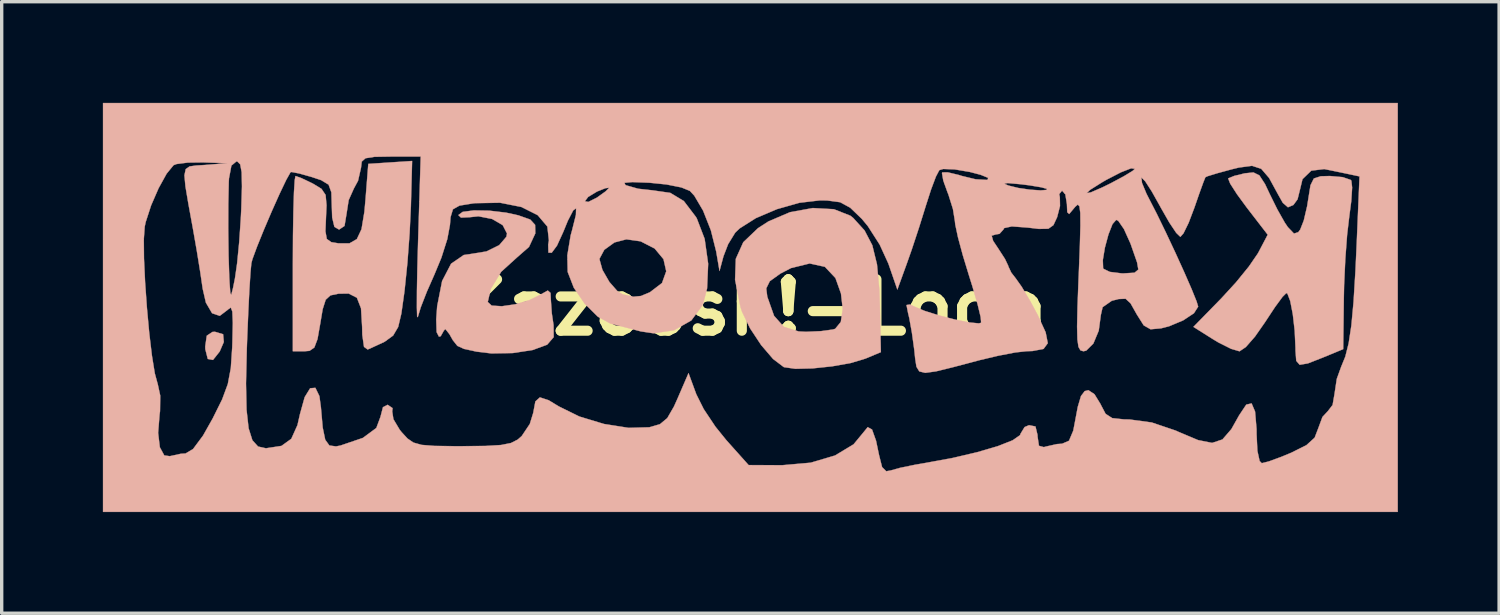
<source format=kicad_pcb>
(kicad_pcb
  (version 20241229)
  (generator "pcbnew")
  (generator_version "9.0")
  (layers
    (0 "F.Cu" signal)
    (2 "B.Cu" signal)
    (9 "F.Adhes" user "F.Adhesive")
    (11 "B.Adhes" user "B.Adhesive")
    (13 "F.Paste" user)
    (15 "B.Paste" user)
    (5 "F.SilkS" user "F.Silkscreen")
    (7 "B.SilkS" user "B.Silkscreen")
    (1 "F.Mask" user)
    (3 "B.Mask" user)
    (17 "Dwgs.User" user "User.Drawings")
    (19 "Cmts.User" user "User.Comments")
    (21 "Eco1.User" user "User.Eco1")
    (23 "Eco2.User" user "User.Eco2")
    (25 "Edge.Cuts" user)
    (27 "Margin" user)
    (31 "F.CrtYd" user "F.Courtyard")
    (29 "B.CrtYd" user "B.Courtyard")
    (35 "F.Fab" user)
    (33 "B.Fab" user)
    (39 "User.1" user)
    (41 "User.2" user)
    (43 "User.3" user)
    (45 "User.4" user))
  (footprint "Kazoosh!-Logo"
    (layer "F.Cu")
    (at 19.199 6.066)
    (property "Reference" "Kazoosh!-Logo" (at 0 0 0) (layer "F.SilkS") (effects (font (size 1.524 1.524) (thickness 0.3))))
    (attr through_hole)
    (fp_poly (pts (xy -15.634 0.794) (xy -15.613 1.024) (xy -15.736 1.308) (xy -15.934 1.556) (xy -16.088 1.527) (xy -16.162 1.236) (xy -16.164 1.155) (xy -16.118 0.838) (xy -15.95 0.726) (xy -15.875 0.722) (xy -15.634 0.794)) (stroke (width 0.01) (type solid)) (fill yes) (layer "B.SilkS"))
    (fp_poly (pts (xy 2.475 -2.913) (xy 2.965 -2.72) (xy 3.048 -2.654) (xy 3.386 -2.282) (xy 3.615 -1.844) (xy 3.754 -1.276) (xy 3.824 -0.515) (xy 3.838 -0.095) (xy 3.869 1.325) (xy 3.408 1.518) (xy 2.977 1.647) (xy 2.422 1.746) (xy 1.841 1.807) (xy 1.333 1.819) (xy 1 1.771) (xy 0.986 1.765) (xy 0.673 1.528) (xy 0.319 1.115) (xy -0.009 0.619) (xy -0.245 0.132) (xy -0.293 -0.014) (xy -0.403 -0.565) (xy 0.47 -0.565) (xy 0.501 -0.318) (xy 0.702 0.249) (xy 0.995 0.577) (xy 1.431 0.711) (xy 1.651 0.722) (xy 2.097 0.702) (xy 2.444 0.654) (xy 2.514 0.634) (xy 2.681 0.43) (xy 2.739 0.051) (xy 2.686 -0.414) (xy 2.522 -0.873) (xy 2.522 -0.873) (xy 2.209 -1.205) (xy 1.758 -1.304) (xy 1.205 -1.168) (xy 0.888 -1.003) (xy 0.575 -0.778) (xy 0.47 -0.565) (xy -0.403 -0.565) (xy -0.454 -0.819) (xy -0.432 -1.441) (xy -0.211 -1.934) (xy 0.227 -2.352) (xy 0.537 -2.552) (xy 1.177 -2.825) (xy 1.851 -2.947) (xy 2.475 -2.913)) (stroke (width 0.01) (type solid)) (fill yes) (layer "B.SilkS"))
    (fp_poly (pts (xy -10.066 -3.001) (xy -10.104 -2.203) (xy -10.169 -1.324) (xy -10.25 -0.535) (xy -10.263 -0.429) (xy -10.349 0.182) (xy -10.443 0.578) (xy -10.592 0.833) (xy -10.844 1.016) (xy -11.244 1.202) (xy -11.348 1.247) (xy -11.456 1.168) (xy -11.507 0.811) (xy -11.512 0.574) (xy -11.545 0.025) (xy -11.667 -0.288) (xy -11.911 -0.412) (xy -12.213 -0.408) (xy -12.451 -0.358) (xy -12.592 -0.229) (xy -12.682 0.053) (xy -12.752 0.469) (xy -12.835 0.939) (xy -12.929 1.188) (xy -13.071 1.286) (xy -13.221 1.299) (xy -13.566 1.299) (xy -13.566 -1.299) (xy -13.562 -2.129) (xy -13.55 -2.849) (xy -13.533 -3.414) (xy -13.51 -3.778) (xy -13.487 -3.897) (xy -13.317 -3.837) (xy -13.008 -3.69) (xy -12.972 -3.672) (xy -12.717 -3.517) (xy -12.595 -3.336) (xy -12.567 -3.03) (xy -12.582 -2.697) (xy -12.6 -2.259) (xy -12.56 -2.031) (xy -12.426 -1.936) (xy -12.213 -1.901) (xy -11.886 -1.902) (xy -11.668 -2.027) (xy -11.53 -2.321) (xy -11.445 -2.833) (xy -11.411 -3.209) (xy -11.329 -4.257) (xy -10.68 -4.3) (xy -10.03 -4.343) (xy -10.066 -3.001)) (stroke (width 0.01) (type solid)) (fill yes) (layer "B.SilkS"))
    (fp_poly (pts (xy -7.743 -2.87) (xy -7.244 -2.811) (xy -6.882 -2.732) (xy -6.526 -2.606) (xy -6.383 -2.449) (xy -6.377 -2.196) (xy -6.564 -1.795) (xy -6.927 -1.477) (xy -7.389 -1.058) (xy -7.696 -0.552) (xy -7.787 -0.162) (xy -7.671 -0.055) (xy -7.369 -0.036) (xy -6.968 -0.094) (xy -6.553 -0.217) (xy -6.242 -0.371) (xy -6.007 -0.502) (xy -5.926 -0.431) (xy -5.917 -0.238) (xy -5.888 0.174) (xy -5.836 0.523) (xy -5.832 0.88) (xy -6.023 1.101) (xy -6.031 1.106) (xy -6.457 1.262) (xy -7.046 1.352) (xy -7.678 1.363) (xy -8.119 1.31) (xy -8.49 1.229) (xy -8.687 1.14) (xy -8.821 0.972) (xy -8.922 0.794) (xy -9.044 0.639) (xy -9.088 0.686) (xy -9.182 0.853) (xy -9.234 0.866) (xy -9.303 0.731) (xy -9.315 0.354) (xy -9.287 -0.036) (xy -9.14 -0.785) (xy -8.874 -1.297) (xy -8.497 -1.556) (xy -8.28 -1.587) (xy -7.826 -1.661) (xy -7.447 -1.847) (xy -7.235 -2.095) (xy -7.216 -2.192) (xy -7.343 -2.44) (xy -7.659 -2.624) (xy -8.063 -2.703) (xy -8.329 -2.675) (xy -8.581 -2.664) (xy -8.659 -2.739) (xy -8.53 -2.834) (xy -8.198 -2.878) (xy -7.743 -2.87)) (stroke (width 0.01) (type solid)) (fill yes) (layer "B.SilkS"))
    (fp_poly (pts (xy 15.092 -3.916) (xy 15.259 -3.659) (xy 15.398 -3.365) (xy 15.625 -2.905) (xy 15.845 -2.516) (xy 15.936 -2.381) (xy 16.118 -2.191) (xy 16.245 -2.232) (xy 16.303 -2.309) (xy 16.408 -2.577) (xy 16.508 -3.003) (xy 16.541 -3.211) (xy 16.607 -3.623) (xy 16.707 -3.824) (xy 16.911 -3.89) (xy 17.184 -3.897) (xy 17.561 -3.864) (xy 17.797 -3.783) (xy 17.819 -3.76) (xy 17.842 -3.555) (xy 17.817 -3.157) (xy 17.759 -2.713) (xy 17.694 -2.161) (xy 17.64 -1.439) (xy 17.604 -0.663) (xy 17.596 -0.284) (xy 17.577 1.236) (xy 16.977 1.484) (xy 16.53 1.659) (xy 16.287 1.7) (xy 16.185 1.583) (xy 16.163 1.287) (xy 16.162 1.191) (xy 16.139 0.69) (xy 16.083 0.203) (xy 16.007 -0.19) (xy 15.924 -0.408) (xy 15.892 -0.428) (xy 15.777 -0.313) (xy 15.557 -0.014) (xy 15.28 0.406) (xy 15.259 0.438) (xy 14.961 0.865) (xy 14.69 1.174) (xy 14.505 1.299) (xy 14.499 1.299) (xy 14.252 1.226) (xy 13.882 1.041) (xy 13.709 0.937) (xy 13.136 0.576) (xy 13.964 -0.271) (xy 14.398 -0.744) (xy 14.782 -1.216) (xy 15.042 -1.595) (xy 15.066 -1.637) (xy 15.339 -2.157) (xy 14.721 -2.958) (xy 14.425 -3.362) (xy 14.227 -3.671) (xy 14.167 -3.823) (xy 14.169 -3.827) (xy 14.345 -3.9) (xy 14.659 -3.977) (xy 14.916 -4.003) (xy 15.092 -3.916)) (stroke (width 0.01) (type solid)) (fill yes) (layer "B.SilkS"))
    (fp_poly (pts (xy 19.194 6.061) (xy -19.194 6.061) (xy -19.194 -2.025) (xy -17.985 -2.025) (xy -17.98 -1.453) (xy -17.947 -0.752) (xy -17.893 0.009) (xy -17.824 0.759) (xy -17.744 1.431) (xy -17.659 1.955) (xy -17.576 2.261) (xy -17.574 2.264) (xy -17.498 2.615) (xy -17.504 3.075) (xy -17.517 3.169) (xy -17.561 3.72) (xy -17.51 4.145) (xy -17.379 4.387) (xy -17.216 4.41) (xy -16.885 4.338) (xy -16.747 4.33) (xy -16.525 4.198) (xy -16.23 3.801) (xy -15.944 3.294) (xy -15.663 2.728) (xy -15.494 2.271) (xy -15.491 2.254) (xy -14.955 2.254) (xy -14.939 3.032) (xy -14.878 3.582) (xy -14.766 3.937) (xy -14.597 4.124) (xy -14.366 4.175) (xy -14.361 4.175) (xy -13.903 4.105) (xy -13.612 3.895) (xy -13.429 3.488) (xy -13.355 3.162) (xy -13.215 2.659) (xy -13.053 2.396) (xy -12.898 2.383) (xy -12.779 2.628) (xy -12.734 2.959) (xy -12.681 3.561) (xy -12.606 3.923) (xy -12.483 4.093) (xy -12.288 4.12) (xy -12.156 4.095) (xy -11.489 3.868) (xy -11.091 3.574) (xy -10.968 3.243) (xy -10.894 2.958) (xy -10.756 2.886) (xy -10.609 2.985) (xy -10.62 3.085) (xy -10.584 3.314) (xy -10.396 3.629) (xy -10.34 3.698) (xy -10.166 3.887) (xy -9.99 4.007) (xy -9.748 4.075) (xy -9.372 4.105) (xy -8.797 4.113) (xy -8.531 4.113) (xy -7.851 4.106) (xy -7.396 4.079) (xy -7.1 4.02) (xy -6.899 3.918) (xy -6.78 3.813) (xy -6.54 3.455) (xy -6.439 3.127) (xy -6.375 2.787) (xy -6.241 2.666) (xy -5.981 2.751) (xy -5.678 2.935) (xy -5.07 3.234) (xy -4.341 3.455) (xy -3.611 3.57) (xy -3 3.553) (xy -2.992 3.552) (xy -2.681 3.461) (xy -2.464 3.281) (xy -2.266 2.938) (xy -2.16 2.702) (xy -1.834 1.948) (xy -1.605 2.571) (xy -1.383 3.015) (xy -1.037 3.534) (xy -0.714 3.934) (xy -0.052 4.674) (xy 0.948 4.677) (xy 1.788 4.603) (xy 2.511 4.389) (xy 3.06 4.058) (xy 3.332 3.729) (xy 3.479 3.549) (xy 3.607 3.619) (xy 3.726 3.952) (xy 3.815 4.378) (xy 3.905 4.734) (xy 4.028 4.857) (xy 4.158 4.834) (xy 4.433 4.757) (xy 4.877 4.665) (xy 5.195 4.61) (xy 6 4.462) (xy 6.732 4.29) (xy 7.341 4.111) (xy 7.778 3.938) (xy 7.995 3.787) (xy 8.01 3.745) (xy 8.13 3.547) (xy 8.262 3.491) (xy 8.453 3.529) (xy 8.514 3.782) (xy 8.515 3.829) (xy 8.556 4.102) (xy 8.703 4.142) (xy 8.743 4.129) (xy 9.09 4.051) (xy 9.242 4.041) (xy 9.447 3.953) (xy 9.573 3.654) (xy 9.603 3.5) (xy 9.707 2.948) (xy 9.802 2.627) (xy 9.912 2.481) (xy 10.022 2.453) (xy 10.203 2.574) (xy 10.382 2.865) (xy 10.391 2.886) (xy 10.532 3.154) (xy 10.728 3.281) (xy 11.08 3.319) (xy 11.238 3.321) (xy 11.901 3.411) (xy 12.614 3.652) (xy 12.678 3.682) (xy 13.274 3.933) (xy 13.691 4.016) (xy 13.997 3.914) (xy 14.262 3.607) (xy 14.491 3.199) (xy 14.703 2.881) (xy 14.861 2.845) (xy 14.964 3.087) (xy 15.008 3.605) (xy 15.009 3.761) (xy 15.033 4.252) (xy 15.099 4.553) (xy 15.163 4.618) (xy 15.373 4.565) (xy 15.749 4.427) (xy 16.036 4.308) (xy 16.487 4.083) (xy 16.731 3.861) (xy 16.841 3.574) (xy 16.962 3.247) (xy 17.122 3.075) (xy 17.263 2.891) (xy 17.318 2.575) (xy 17.387 2.118) (xy 17.516 1.761) (xy 17.64 1.457) (xy 17.739 1.062) (xy 17.819 0.536) (xy 17.884 -0.166) (xy 17.94 -1.083) (xy 17.978 -1.907) (xy 18.061 -3.886) (xy 17.654 -3.972) (xy 17.269 -4.052) (xy 17.014 -4.103) (xy 16.631 -4.056) (xy 16.37 -3.804) (xy 16.308 -3.546) (xy 16.224 -3.207) (xy 16.1 -3.038) (xy 15.939 -2.97) (xy 15.787 -3.102) (xy 15.65 -3.345) (xy 15.38 -3.84) (xy 15.147 -4.111) (xy 14.874 -4.2) (xy 14.484 -4.148) (xy 14.263 -4.094) (xy 13.844 -3.98) (xy 13.561 -3.893) (xy 13.492 -3.863) (xy 13.433 -3.717) (xy 13.309 -3.375) (xy 13.165 -2.959) (xy 12.995 -2.511) (xy 12.842 -2.198) (xy 12.749 -2.093) (xy 12.627 -2.211) (xy 12.419 -2.522) (xy 12.168 -2.962) (xy 12.145 -3.005) (xy 11.901 -3.44) (xy 11.706 -3.742) (xy 11.598 -3.85) (xy 11.593 -3.848) (xy 11.612 -3.69) (xy 11.742 -3.377) (xy 11.82 -3.224) (xy 12.049 -2.779) (xy 12.318 -2.226) (xy 12.6 -1.626) (xy 12.865 -1.043) (xy 13.085 -0.539) (xy 13.231 -0.177) (xy 13.277 -0.025) (xy 13.152 0.171) (xy 12.834 0.382) (xy 12.414 0.558) (xy 12.178 0.619) (xy 11.866 0.647) (xy 11.663 0.532) (xy 11.461 0.212) (xy 11.459 0.209) (xy 11.272 -0.123) (xy 11.125 -0.258) (xy 10.92 -0.25) (xy 10.716 -0.198) (xy 10.444 -0.009) (xy 10.391 0.224) (xy 10.329 0.687) (xy 10.17 1.069) (xy 9.957 1.281) (xy 9.875 1.299) (xy 9.787 1.273) (xy 9.728 1.17) (xy 9.696 0.948) (xy 9.687 0.566) (xy 9.699 -0.018) (xy 9.73 -0.842) (xy 9.736 -0.974) (xy 9.753 -1.406) (xy 10.45 -1.406) (xy 10.459 -1.165) (xy 10.468 -1.147) (xy 10.656 -1.055) (xy 11.005 -1.011) (xy 11.059 -1.01) (xy 11.391 -1.03) (xy 11.503 -1.124) (xy 11.466 -1.335) (xy 11.271 -1.894) (xy 11.076 -2.325) (xy 10.909 -2.567) (xy 10.848 -2.598) (xy 10.737 -2.472) (xy 10.616 -2.163) (xy 10.511 -1.773) (xy 10.45 -1.406) (xy 9.753 -1.406) (xy 9.769 -1.825) (xy 9.785 -2.423) (xy 9.782 -2.804) (xy 9.756 -3.001) (xy 9.707 -3.05) (xy 9.632 -2.986) (xy 9.61 -2.959) (xy 9.452 -2.771) (xy 9.395 -2.825) (xy 9.385 -3.067) (xy 9.338 -3.355) (xy 9.308 -3.389) (xy 9.97 -3.389) (xy 10.097 -3.413) (xy 10.44 -3.562) (xy 10.68 -3.68) (xy 11.073 -3.89) (xy 11.335 -4.05) (xy 11.401 -4.111) (xy 11.288 -4.125) (xy 10.988 -4.008) (xy 10.556 -3.785) (xy 10.427 -3.71) (xy 10.075 -3.489) (xy 9.97 -3.389) (xy 9.308 -3.389) (xy 9.241 -3.464) (xy 9.157 -3.36) (xy 9.175 -3.272) (xy 9.18 -3.007) (xy 9.095 -2.677) (xy 8.985 -2.44) (xy 8.835 -2.334) (xy 8.554 -2.329) (xy 8.223 -2.368) (xy 7.752 -2.403) (xy 7.523 -2.353) (xy 7.505 -2.314) (xy 7.387 -2.183) (xy 7.278 -2.165) (xy 7.154 -2.128) (xy 7.197 -1.976) (xy 7.35 -1.746) (xy 7.549 -1.438) (xy 7.647 -1.231) (xy 7.649 -1.216) (xy 7.736 -1.032) (xy 7.867 -0.864) (xy 8.046 -0.611) (xy 8.293 -0.195) (xy 8.517 0.221) (xy 8.755 0.738) (xy 8.818 1.059) (xy 8.693 1.229) (xy 8.365 1.292) (xy 8.192 1.297) (xy 7.857 1.334) (xy 7.351 1.431) (xy 6.781 1.566) (xy 6.748 1.575) (xy 6.009 1.771) (xy 5.503 1.895) (xy 5.185 1.939) (xy 5.008 1.896) (xy 4.924 1.758) (xy 4.886 1.516) (xy 4.86 1.261) (xy 4.79 0.754) (xy 4.712 0.318) (xy 4.675 0.164) (xy 4.629 -0.072) (xy 4.732 -0.088) (xy 4.851 -0.03) (xy 5.167 0.102) (xy 5.604 0.239) (xy 6.074 0.36) (xy 6.493 0.445) (xy 6.775 0.472) (xy 6.843 0.453) (xy 6.827 0.282) (xy 6.736 -0.096) (xy 6.585 -0.618) (xy 6.484 -0.94) (xy 6.299 -1.547) (xy 6.155 -2.081) (xy 6.074 -2.462) (xy 6.063 -2.566) (xy 6.006 -2.918) (xy 5.87 -3.352) (xy 5.843 -3.418) (xy 5.753 -3.669) (xy 7.529 -3.669) (xy 7.649 -3.615) (xy 7.943 -3.543) (xy 8.293 -3.492) (xy 8.606 -3.471) (xy 8.787 -3.486) (xy 8.791 -3.517) (xy 8.625 -3.563) (xy 8.268 -3.622) (xy 8.01 -3.654) (xy 7.629 -3.688) (xy 7.529 -3.669) (xy 5.753 -3.669) (xy 5.719 -3.765) (xy 5.681 -3.982) (xy 5.689 -4.005) (xy 5.854 -4.006) (xy 6.18 -3.928) (xy 6.267 -3.9) (xy 6.676 -3.801) (xy 7.003 -3.782) (xy 7.034 -3.787) (xy 7.049 -3.843) (xy 6.829 -3.933) (xy 6.505 -4.018) (xy 6.054 -4.094) (xy 5.718 -4.106) (xy 5.602 -4.072) (xy 5.501 -3.88) (xy 5.356 -3.494) (xy 5.204 -3.022) (xy 5.004 -2.381) (xy 4.782 -1.709) (xy 4.642 -1.312) (xy 4.358 -0.53) (xy 4.091 -1.302) (xy 3.833 -1.865) (xy 3.482 -2.412) (xy 3.306 -2.625) (xy 2.961 -2.957) (xy 2.662 -3.12) (xy 2.276 -3.172) (xy 2.061 -3.175) (xy 1.455 -3.104) (xy 0.789 -2.915) (xy 0.164 -2.649) (xy -0.318 -2.344) (xy -0.45 -2.218) (xy -0.66 -1.876) (xy -0.799 -1.515) (xy -0.915 -1.082) (xy -1.014 -1.66) (xy -1.171 -2.286) (xy -1.402 -2.871) (xy -1.663 -3.315) (xy -1.794 -3.456) (xy -2.047 -3.559) (xy -2.49 -3.647) (xy -2.993 -3.698) (xy -3.5 -3.717) (xy -3.734 -3.696) (xy -3.707 -3.633) (xy -3.68 -3.62) (xy -3.329 -3.52) (xy -2.913 -3.474) (xy -2.374 -3.397) (xy -1.973 -3.155) (xy -1.619 -2.69) (xy -1.589 -2.641) (xy -1.356 -2.033) (xy -1.252 -1.296) (xy -1.284 -0.563) (xy -1.414 -0.072) (xy -1.751 0.385) (xy -2.264 0.676) (xy -2.874 0.766) (xy -3.247 0.71) (xy -3.703 0.591) (xy -4.092 0.492) (xy -4.149 0.478) (xy -4.524 0.273) (xy -4.912 -0.112) (xy -5.235 -0.585) (xy -5.416 -1.051) (xy -5.417 -1.058) (xy -5.425 -1.426) (xy -4.474 -1.426) (xy -4.387 -1.114) (xy -4.181 -0.756) (xy -3.934 -0.474) (xy -3.79 -0.388) (xy -3.469 -0.318) (xy -3.245 -0.34) (xy -2.978 -0.451) (xy -2.62 -0.725) (xy -2.495 -1.072) (xy -2.576 -1.432) (xy -2.838 -1.747) (xy -3.256 -1.961) (xy -3.677 -2.02) (xy -4.029 -1.928) (xy -4.332 -1.709) (xy -4.473 -1.446) (xy -4.474 -1.426) (xy -5.425 -1.426) (xy -5.428 -1.542) (xy -5.329 -2.136) (xy -5.286 -2.292) (xy -5.173 -2.744) (xy -5.167 -2.939) (xy -5.252 -2.88) (xy -5.413 -2.57) (xy -5.547 -2.242) (xy -5.734 -1.833) (xy -5.891 -1.622) (xy -5.988 -1.626) (xy -5.995 -1.863) (xy -5.974 -1.988) (xy -6.02 -2.399) (xy -6.307 -2.737) (xy -6.789 -2.979) (xy -7.423 -3.105) (xy -8.166 -3.092) (xy -8.226 -3.085) (xy -8.625 -3.02) (xy -8.82 -2.91) (xy -8.89 -2.678) (xy -8.908 -2.448) (xy -8.987 -2.025) (xy -9.162 -1.475) (xy -9.366 -0.983) (xy -9.594 -0.465) (xy -9.774 -0.003) (xy -9.862 0.289) (xy -9.881 0.27) (xy -9.889 0.001) (xy -9.887 -0.481) (xy -9.875 -1.139) (xy -9.854 -1.912) (xy -9.816 -3.149) (xy -4.907 -3.149) (xy -4.805 -3.129) (xy -4.559 -3.252) (xy -4.546 -3.26) (xy -4.291 -3.443) (xy -4.185 -3.549) (xy -4.298 -3.536) (xy -4.546 -3.437) (xy -4.811 -3.276) (xy -4.907 -3.149) (xy -9.816 -3.149) (xy -9.775 -4.474) (xy -10.66 -4.474) (xy -11.148 -4.466) (xy -11.413 -4.424) (xy -11.523 -4.325) (xy -11.545 -4.142) (xy -11.545 -4.141) (xy -11.633 -3.756) (xy -11.757 -3.527) (xy -11.911 -3.182) (xy -11.974 -2.778) (xy -12.034 -2.417) (xy -12.195 -2.309) (xy -12.334 -2.39) (xy -12.4 -2.667) (xy -12.411 -2.996) (xy -12.424 -3.414) (xy -12.506 -3.641) (xy -12.725 -3.774) (xy -13.006 -3.868) (xy -13.375 -3.972) (xy -13.603 -4.016) (xy -13.634 -4.011) (xy -13.762 -3.783) (xy -13.96 -3.368) (xy -14.194 -2.845) (xy -14.429 -2.294) (xy -14.63 -1.797) (xy -14.764 -1.433) (xy -14.796 -1.312) (xy -14.822 -1.038) (xy -14.854 -0.538) (xy -14.887 0.127) (xy -14.919 0.893) (xy -14.931 1.22) (xy -14.955 2.254) (xy -15.491 2.254) (xy -15.405 1.797) (xy -15.364 1.184) (xy -15.359 1.044) (xy -15.346 0.457) (xy -15.36 0.122) (xy -15.406 0.002) (xy -15.488 0.06) (xy -15.492 0.066) (xy -15.733 0.249) (xy -15.961 0.171) (xy -16.144 -0.142) (xy -16.239 -0.554) (xy -16.311 -1.045) (xy -16.414 -1.681) (xy -16.523 -2.304) (xy -15.482 -2.304) (xy -15.472 -1.536) (xy -15.451 -0.891) (xy -15.442 -0.722) (xy -15.42 -0.428) (xy -15.393 -0.372) (xy -15.341 -0.572) (xy -15.282 -0.866) (xy -15.219 -1.304) (xy -15.158 -1.925) (xy -15.11 -2.621) (xy -15.095 -2.922) (xy -15.075 -3.588) (xy -15.084 -4.012) (xy -15.127 -4.243) (xy -15.21 -4.326) (xy -15.239 -4.33) (xy -15.388 -4.206) (xy -15.46 -3.824) (xy -15.466 -3.716) (xy -15.48 -3.072) (xy -15.482 -2.304) (xy -16.523 -2.304) (xy -16.524 -2.309) (xy -16.663 -3.07) (xy -16.751 -3.591) (xy -16.781 -3.919) (xy -16.742 -4.101) (xy -16.628 -4.182) (xy -16.43 -4.209) (xy -16.178 -4.224) (xy -15.514 -4.278) (xy -16.236 -4.301) (xy -16.682 -4.295) (xy -17.011 -4.253) (xy -17.102 -4.219) (xy -17.309 -3.966) (xy -17.547 -3.535) (xy -17.769 -3.025) (xy -17.928 -2.536) (xy -17.958 -2.398) (xy -17.985 -2.025) (xy -19.194 -2.025) (xy -19.194 -6.061) (xy 19.194 -6.061) (xy 19.194 6.061)) (stroke (width 0.01) (type solid)) (fill yes) (layer "B.SilkS")))
  (gr_rect
    (start -3 -3)
    (end 41.399 15.133)
    (stroke (width 0.1) (type default))
    (fill no)
    (layer "Edge.Cuts")))
</source>
